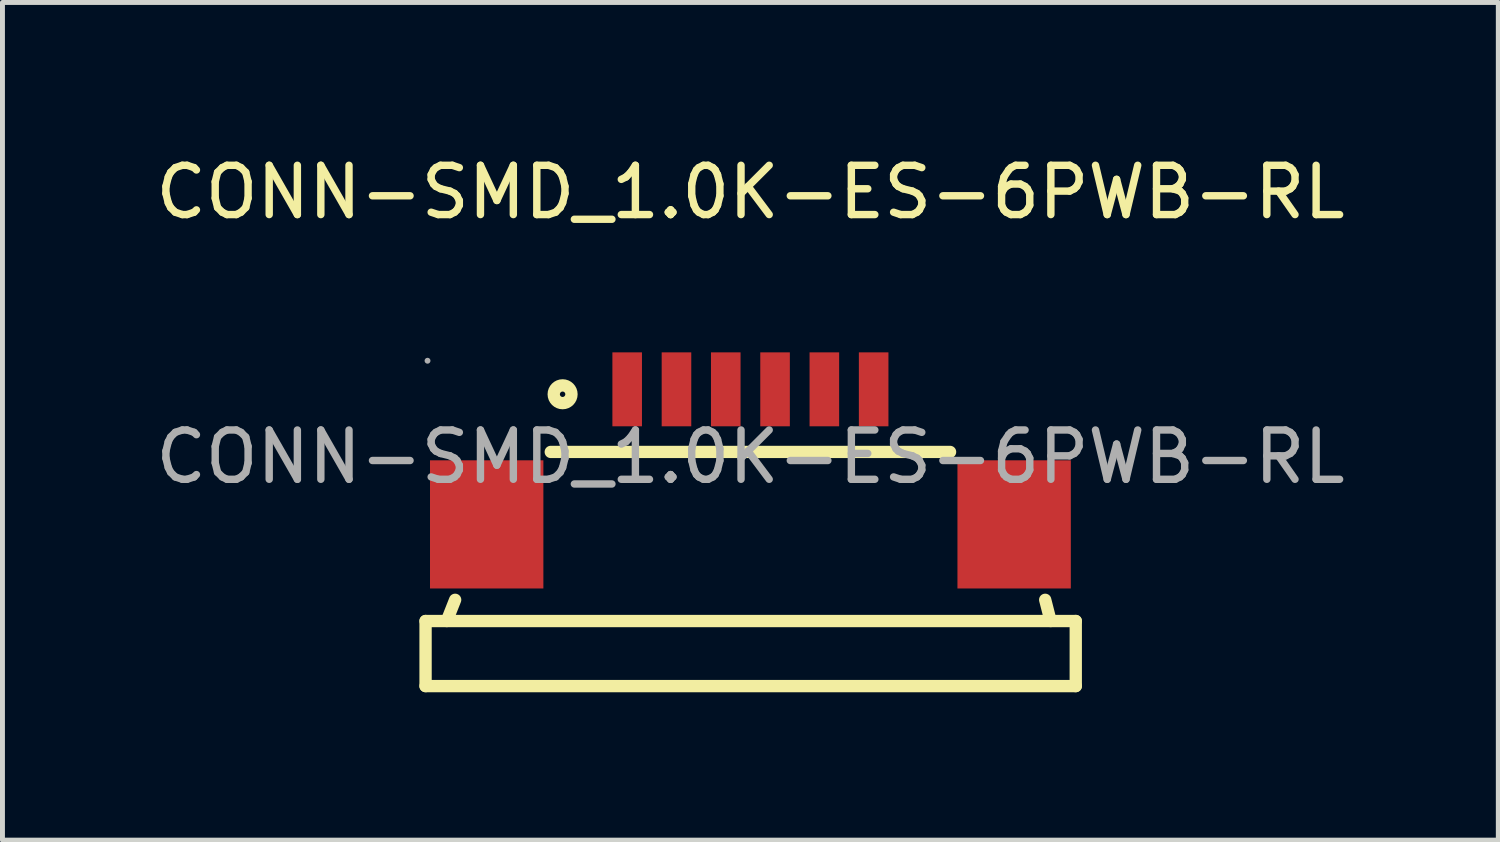
<source format=kicad_pcb>
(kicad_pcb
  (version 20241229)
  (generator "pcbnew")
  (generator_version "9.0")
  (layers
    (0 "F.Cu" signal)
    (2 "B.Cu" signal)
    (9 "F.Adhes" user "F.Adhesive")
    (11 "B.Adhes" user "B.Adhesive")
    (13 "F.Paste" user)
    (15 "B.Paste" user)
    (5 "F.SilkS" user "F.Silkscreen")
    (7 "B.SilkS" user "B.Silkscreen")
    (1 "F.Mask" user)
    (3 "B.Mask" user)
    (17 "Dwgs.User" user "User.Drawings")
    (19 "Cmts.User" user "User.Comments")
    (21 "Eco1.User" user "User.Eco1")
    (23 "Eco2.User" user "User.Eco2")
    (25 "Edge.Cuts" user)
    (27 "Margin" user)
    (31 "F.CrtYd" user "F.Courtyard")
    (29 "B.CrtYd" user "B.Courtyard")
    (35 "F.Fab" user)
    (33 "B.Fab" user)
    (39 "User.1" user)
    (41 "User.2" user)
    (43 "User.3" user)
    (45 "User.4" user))
  (footprint "CONN-SMD_1.0K-ES-6PWB-RL"
    (layer "F.Cu")
    (at 12.173 6.218)
    (property "Reference" "CONN-SMD_1.0K-ES-6PWB-RL" (at 0 -5.37 0) (layer "F.SilkS") (effects (font (size 1 1) (thickness 0.15))))
    (attr smd)
    (fp_line (start -6.59 3.33) (end 6.6 3.33) (stroke (width 0.25) (type solid)) (layer "F.SilkS"))
    (fp_line (start -6.59 4.65) (end -6.59 3.33) (stroke (width 0.25) (type solid)) (layer "F.SilkS"))
    (fp_line (start -6.59 4.65) (end 6.6 4.65) (stroke (width 0.25) (type solid)) (layer "F.SilkS"))
    (fp_line (start -6.16 3.33) (end -5.99 2.9) (stroke (width 0.25) (type solid)) (layer "F.SilkS"))
    (fp_line (start 2.05 -0.1) (end -4.05 -0.1) (stroke (width 0.25) (type solid)) (layer "F.SilkS"))
    (fp_line (start 2.05 -0.1) (end 4.05 -0.1) (stroke (width 0.25) (type solid)) (layer "F.SilkS"))
    (fp_line (start 6.09 3.33) (end 5.98 2.9) (stroke (width 0.25) (type solid)) (layer "F.SilkS"))
    (fp_line (start 6.6 3.33) (end 6.6 4.65) (stroke (width 0.25) (type solid)) (layer "F.SilkS"))
    (fp_circle (center -3.81 -1.27) (end -3.63 -1.27) (stroke (width 0.25) (type solid)) (fill no) (layer "F.SilkS"))
    (fp_circle (center -6.55 -1.95) (end -6.52 -1.95) (stroke (width 0.06) (type solid)) (fill no) (layer "F.Fab"))
    (fp_text user "${REFERENCE}" (at 0 0 0) (layer "F.Fab") (effects (font (size 1 1) (thickness 0.15))))
    (pad "1" smd rect (at -2.5 -1.37) (size 0.6 1.5) (layers "F.Cu" "F.Mask" "F.Paste"))
    (pad "2" smd rect (at -1.5 -1.37) (size 0.6 1.5) (layers "F.Cu" "F.Mask" "F.Paste"))
    (pad "3" smd rect (at -0.5 -1.37) (size 0.6 1.5) (layers "F.Cu" "F.Mask" "F.Paste"))
    (pad "4" smd rect (at 0.5 -1.37) (size 0.6 1.5) (layers "F.Cu" "F.Mask" "F.Paste"))
    (pad "5" smd rect (at 1.5 -1.37) (size 0.6 1.5) (layers "F.Cu" "F.Mask" "F.Paste"))
    (pad "6" smd rect (at 2.5 -1.37) (size 0.6 1.5) (layers "F.Cu" "F.Mask" "F.Paste"))
    (pad "7" smd rect (at 5.35 1.37) (size 2.3 2.6) (layers "F.Cu" "F.Mask" "F.Paste"))
    (pad "8" smd rect (at -5.35 1.37) (size 2.3 2.6) (layers "F.Cu" "F.Mask" "F.Paste")))
  (gr_rect
    (start -3 -3)
    (end 27.345 13.993)
    (stroke (width 0.1) (type default))
    (fill no)
    (layer "Edge.Cuts")))
</source>
